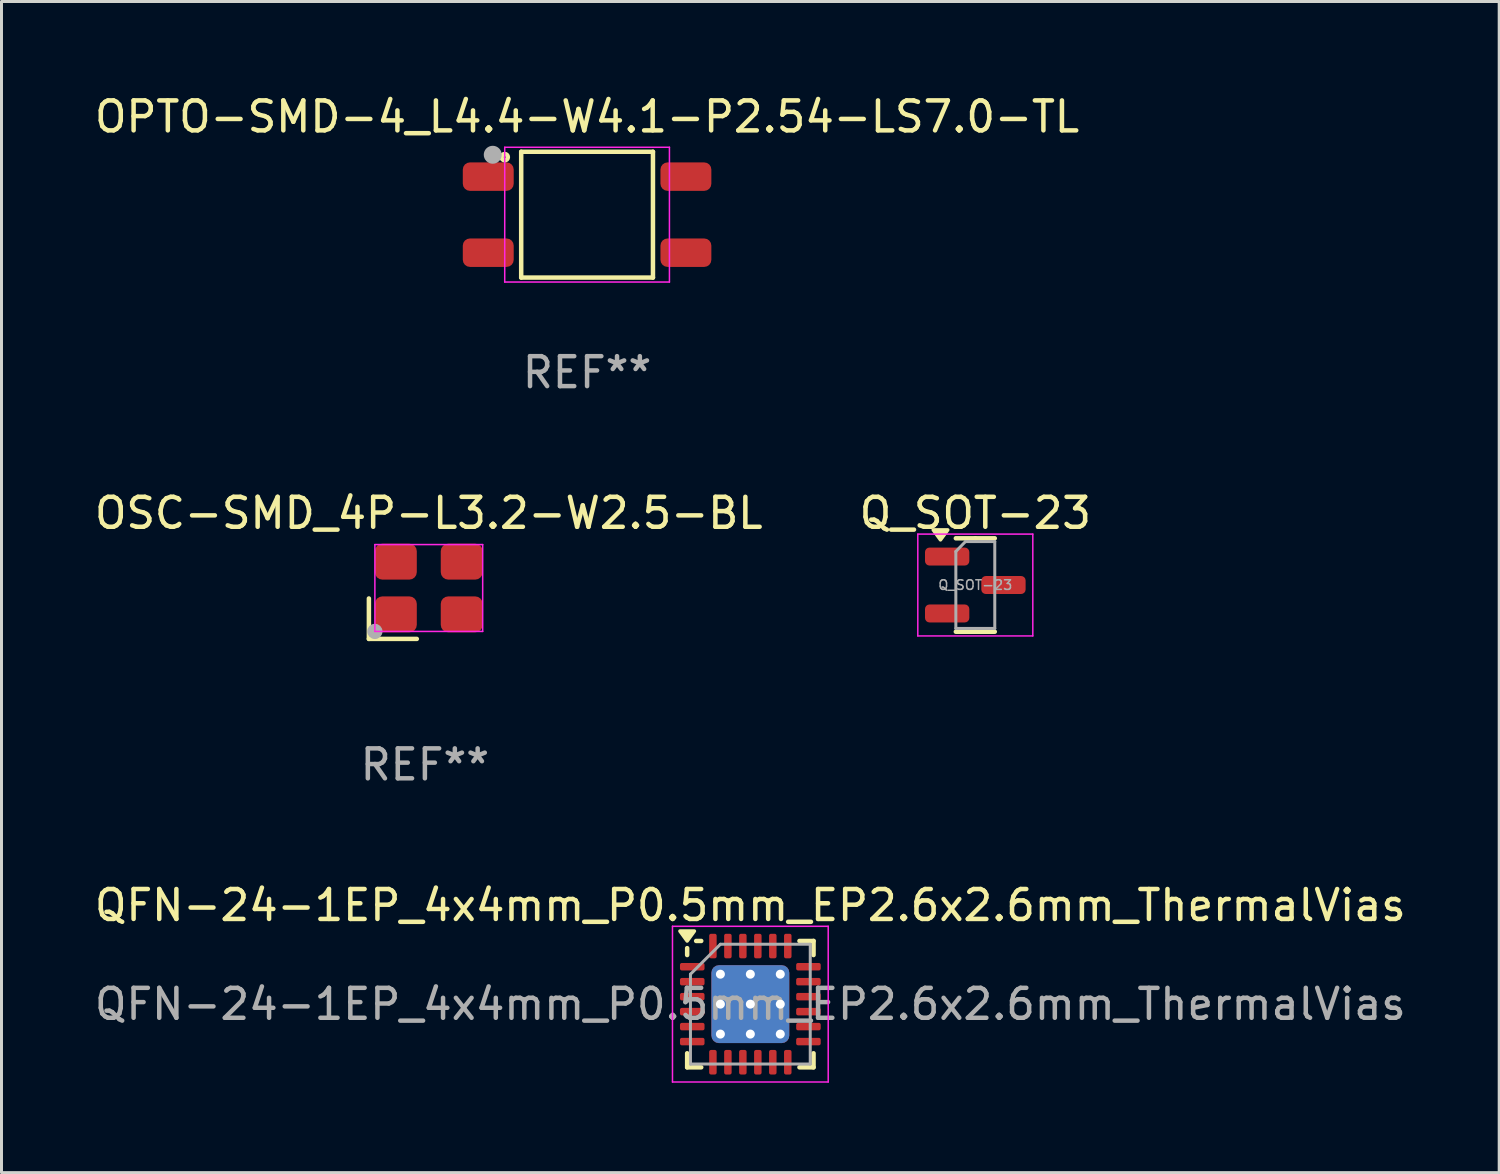
<source format=kicad_pcb>
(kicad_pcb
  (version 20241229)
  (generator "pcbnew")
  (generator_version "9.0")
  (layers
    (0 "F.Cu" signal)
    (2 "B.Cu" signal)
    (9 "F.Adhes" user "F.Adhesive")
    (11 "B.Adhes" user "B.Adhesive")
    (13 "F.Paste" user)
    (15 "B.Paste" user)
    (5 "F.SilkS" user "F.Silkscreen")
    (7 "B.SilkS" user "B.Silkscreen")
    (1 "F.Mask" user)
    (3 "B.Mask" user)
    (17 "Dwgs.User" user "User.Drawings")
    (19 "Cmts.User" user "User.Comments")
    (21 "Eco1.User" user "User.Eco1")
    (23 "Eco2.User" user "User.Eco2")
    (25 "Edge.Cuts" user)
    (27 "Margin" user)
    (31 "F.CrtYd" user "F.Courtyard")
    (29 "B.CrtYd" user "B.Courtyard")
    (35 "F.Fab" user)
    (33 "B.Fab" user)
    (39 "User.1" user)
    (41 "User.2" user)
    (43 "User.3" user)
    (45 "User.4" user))
  (footprint "OSC-SMD_4P-L3.2-W2.5-BL"
    (layer "F.Cu")
    (at 11.268 16.585)
    (property "Reference" "OSC-SMD_4P-L3.2-W2.5-BL" (at 0 -2.5 0) (layer "F.SilkS") (effects (font (size 1 1) (thickness 0.15))))
    (attr smd)
    (fp_line (start -2 0.35) (end -2 1.7) (stroke (width 0.15) (type default)) (layer "F.SilkS"))
    (fp_line (start -2 1.7) (end -0.4 1.7) (stroke (width 0.15) (type default)) (layer "F.SilkS"))
    (fp_line (start -1.8 -1.45) (end 1.8 -1.45) (stroke (width 0.05) (type default)) (layer "F.CrtYd"))
    (fp_line (start -1.8 1.45) (end -1.8 -1.45) (stroke (width 0.05) (type default)) (layer "F.CrtYd"))
    (fp_line (start 1.8 -1.45) (end 1.8 1.45) (stroke (width 0.05) (type default)) (layer "F.CrtYd"))
    (fp_line (start 1.8 1.45) (end -1.8 1.45) (stroke (width 0.05) (type default)) (layer "F.CrtYd"))
    (fp_circle (center -1.8 1.45) (end -1.67 1.45) (stroke (width 0.25) (type solid)) (fill no) (layer "F.Fab"))
    (fp_text user "REF**" (at -0.13 5.9 0) (layer "F.Fab") (effects (font (size 1 1) (thickness 0.15))))
    (pad "1" smd roundrect (at -1.1 0.88) (size 1.4 1.2) (layers "F.Cu" "F.Mask" "F.Paste") (roundrect_rratio 0.208))
    (pad "2" smd roundrect (at 1.1 0.88) (size 1.4 1.2) (layers "F.Cu" "F.Mask" "F.Paste") (roundrect_rratio 0.208))
    (pad "3" smd roundrect (at 1.1 -0.88) (size 1.4 1.2) (layers "F.Cu" "F.Mask" "F.Paste") (roundrect_rratio 0.208))
    (pad "4" smd roundrect (at -1.1 -0.88) (size 1.4 1.2) (layers "F.Cu" "F.Mask" "F.Paste") (roundrect_rratio 0.208))
    (zone (net_name "") (layer "F.Cu") (hatch edge 0.5) (connect_pads) (min_thickness 0.25) (filled_areas_thickness no) (keepout (tracks allowed) (vias allowed) (pads allowed) (copperpour not_allowed) (footprints not_allowed)) (placement (enabled no)) (fill) (polygon (pts (xy 9.268 14.985) (xy 13.268 14.985) (xy 13.268 18.185) (xy 9.268 18.185)))))
  (footprint "Q_SOT-23"
    (layer "F.Cu")
    (at 29.518 16.485)
    (property "Reference" "Q_SOT-23" (at 0 -2.4 0) (layer "F.SilkS") (effects (font (size 1 1) (thickness 0.15))))
    (attr smd)
    (fp_line (start 0 -1.56) (end -0.65 -1.56) (stroke (width 0.15) (type solid)) (layer "F.SilkS"))
    (fp_line (start 0 -1.56) (end 0.65 -1.56) (stroke (width 0.15) (type solid)) (layer "F.SilkS"))
    (fp_line (start 0 1.56) (end -0.65 1.56) (stroke (width 0.15) (type solid)) (layer "F.SilkS"))
    (fp_line (start 0 1.56) (end 0.65 1.56) (stroke (width 0.15) (type solid)) (layer "F.SilkS"))
    (fp_poly (pts (xy -1.163 -1.51) (xy -1.403 -1.84) (xy -0.922 -1.84) (xy -1.163 -1.51)) (stroke (width 0.12) (type solid)) (fill yes) (layer "F.SilkS"))
    (fp_line (start -1.92 -1.7) (end -1.92 1.7) (stroke (width 0.05) (type solid)) (layer "F.CrtYd"))
    (fp_line (start -1.92 1.7) (end 1.92 1.7) (stroke (width 0.05) (type solid)) (layer "F.CrtYd"))
    (fp_line (start 1.92 -1.7) (end -1.92 -1.7) (stroke (width 0.05) (type solid)) (layer "F.CrtYd"))
    (fp_line (start 1.92 1.7) (end 1.92 -1.7) (stroke (width 0.05) (type solid)) (layer "F.CrtYd"))
    (fp_line (start -0.65 -1.12) (end -0.33 -1.45) (stroke (width 0.1) (type solid)) (layer "F.Fab"))
    (fp_line (start -0.65 1.45) (end -0.65 -1.12) (stroke (width 0.1) (type solid)) (layer "F.Fab"))
    (fp_line (start -0.33 -1.45) (end 0.65 -1.45) (stroke (width 0.1) (type solid)) (layer "F.Fab"))
    (fp_line (start 0.65 -1.45) (end 0.65 1.45) (stroke (width 0.1) (type solid)) (layer "F.Fab"))
    (fp_line (start 0.65 1.45) (end -0.65 1.45) (stroke (width 0.1) (type solid)) (layer "F.Fab"))
    (fp_text user "${REFERENCE}" (at 0 0 0) (layer "F.Fab") (effects (font (size 0.32 0.32) (thickness 0.05))))
    (pad "1" smd roundrect (at -0.94 -0.95) (size 1.48 0.6) (layers "F.Cu" "F.Mask" "F.Paste") (roundrect_rratio 0.25))
    (pad "2" smd roundrect (at -0.94 0.95) (size 1.48 0.6) (layers "F.Cu" "F.Mask" "F.Paste") (roundrect_rratio 0.25))
    (pad "3" smd roundrect (at 0.94 0) (size 1.48 0.6) (layers "F.Cu" "F.Mask" "F.Paste") (roundrect_rratio 0.25)))
  (footprint "QFN-24-1EP_4x4mm_P0.5mm_EP2.6x2.6mm_ThermalVias"
    (layer "F.Cu")
    (at 22.006 30.481)
    (property "Reference" "QFN-24-1EP_4x4mm_P0.5mm_EP2.6x2.6mm_ThermalVias" (at 0 -3.3 0) (layer "F.SilkS") (effects (font (size 1 1) (thickness 0.15))))
    (attr smd)
    (fp_line (start -2.11 -1.64) (end -2.11 -1.87) (stroke (width 0.15) (type solid)) (layer "F.SilkS"))
    (fp_line (start -2.11 2.11) (end -2.11 1.64) (stroke (width 0.15) (type solid)) (layer "F.SilkS"))
    (fp_line (start -1.64 -2.11) (end -1.81 -2.11) (stroke (width 0.15) (type solid)) (layer "F.SilkS"))
    (fp_line (start -1.64 2.11) (end -2.11 2.11) (stroke (width 0.15) (type solid)) (layer "F.SilkS"))
    (fp_line (start 1.64 -2.11) (end 2.11 -2.11) (stroke (width 0.15) (type solid)) (layer "F.SilkS"))
    (fp_line (start 1.64 2.11) (end 2.11 2.11) (stroke (width 0.15) (type solid)) (layer "F.SilkS"))
    (fp_line (start 2.11 -2.11) (end 2.11 -1.64) (stroke (width 0.15) (type solid)) (layer "F.SilkS"))
    (fp_line (start 2.11 2.11) (end 2.11 1.64) (stroke (width 0.15) (type solid)) (layer "F.SilkS"))
    (fp_poly (pts (xy -2.11 -2.11) (xy -2.35 -2.44) (xy -1.87 -2.44) (xy -2.11 -2.11)) (stroke (width 0.12) (type solid)) (fill yes) (layer "F.SilkS"))
    (fp_line (start -2.6 -2.6) (end -2.6 2.6) (stroke (width 0.05) (type solid)) (layer "F.CrtYd"))
    (fp_line (start -2.6 2.6) (end 2.6 2.6) (stroke (width 0.05) (type solid)) (layer "F.CrtYd"))
    (fp_line (start 2.6 -2.6) (end -2.6 -2.6) (stroke (width 0.05) (type solid)) (layer "F.CrtYd"))
    (fp_line (start 2.6 2.6) (end 2.6 -2.6) (stroke (width 0.05) (type solid)) (layer "F.CrtYd"))
    (fp_line (start -2 -1) (end -1 -2) (stroke (width 0.1) (type solid)) (layer "F.Fab"))
    (fp_line (start -2 2) (end -2 -1) (stroke (width 0.1) (type solid)) (layer "F.Fab"))
    (fp_line (start -1 -2) (end 2 -2) (stroke (width 0.1) (type solid)) (layer "F.Fab"))
    (fp_line (start 2 -2) (end 2 2) (stroke (width 0.1) (type solid)) (layer "F.Fab"))
    (fp_line (start 2 2) (end -2 2) (stroke (width 0.1) (type solid)) (layer "F.Fab"))
    (fp_text user "${REFERENCE}" (at 0 0 0) (layer "F.Fab") (effects (font (size 1 1) (thickness 0.15))))
    (pad "" smd roundrect (at -0.65 -0.65) (size 1.13 1.13) (layers "F.Paste") (roundrect_rratio 0.221))
    (pad "" smd roundrect (at -0.65 0.65) (size 1.13 1.13) (layers "F.Paste") (roundrect_rratio 0.221))
    (pad "" smd roundrect (at 0.65 -0.65) (size 1.13 1.13) (layers "F.Paste") (roundrect_rratio 0.221))
    (pad "" smd roundrect (at 0.65 0.65) (size 1.13 1.13) (layers "F.Paste") (roundrect_rratio 0.221))
    (pad "1" smd roundrect (at -1.94 -1.25) (size 0.82 0.25) (layers "F.Cu" "F.Mask" "F.Paste") (roundrect_rratio 0.25))
    (pad "2" smd roundrect (at -1.94 -0.75) (size 0.82 0.25) (layers "F.Cu" "F.Mask" "F.Paste") (roundrect_rratio 0.25))
    (pad "3" smd roundrect (at -1.94 -0.25) (size 0.82 0.25) (layers "F.Cu" "F.Mask" "F.Paste") (roundrect_rratio 0.25))
    (pad "4" smd roundrect (at -1.94 0.25) (size 0.82 0.25) (layers "F.Cu" "F.Mask" "F.Paste") (roundrect_rratio 0.25))
    (pad "5" smd roundrect (at -1.94 0.75) (size 0.82 0.25) (layers "F.Cu" "F.Mask" "F.Paste") (roundrect_rratio 0.25))
    (pad "6" smd roundrect (at -1.94 1.25) (size 0.82 0.25) (layers "F.Cu" "F.Mask" "F.Paste") (roundrect_rratio 0.25))
    (pad "7" smd roundrect (at -1.25 1.94) (size 0.25 0.82) (layers "F.Cu" "F.Mask" "F.Paste") (roundrect_rratio 0.25))
    (pad "8" smd roundrect (at -0.75 1.94) (size 0.25 0.82) (layers "F.Cu" "F.Mask" "F.Paste") (roundrect_rratio 0.25))
    (pad "9" smd roundrect (at -0.25 1.94) (size 0.25 0.82) (layers "F.Cu" "F.Mask" "F.Paste") (roundrect_rratio 0.25))
    (pad "10" smd roundrect (at 0.25 1.94) (size 0.25 0.82) (layers "F.Cu" "F.Mask" "F.Paste") (roundrect_rratio 0.25))
    (pad "11" smd roundrect (at 0.75 1.94) (size 0.25 0.82) (layers "F.Cu" "F.Mask" "F.Paste") (roundrect_rratio 0.25))
    (pad "12" smd roundrect (at 1.25 1.94) (size 0.25 0.82) (layers "F.Cu" "F.Mask" "F.Paste") (roundrect_rratio 0.25))
    (pad "13" smd roundrect (at 1.94 1.25) (size 0.82 0.25) (layers "F.Cu" "F.Mask" "F.Paste") (roundrect_rratio 0.25))
    (pad "14" smd roundrect (at 1.94 0.75) (size 0.82 0.25) (layers "F.Cu" "F.Mask" "F.Paste") (roundrect_rratio 0.25))
    (pad "15" smd roundrect (at 1.94 0.25) (size 0.82 0.25) (layers "F.Cu" "F.Mask" "F.Paste") (roundrect_rratio 0.25))
    (pad "16" smd roundrect (at 1.94 -0.25) (size 0.82 0.25) (layers "F.Cu" "F.Mask" "F.Paste") (roundrect_rratio 0.25))
    (pad "17" smd roundrect (at 1.94 -0.75) (size 0.82 0.25) (layers "F.Cu" "F.Mask" "F.Paste") (roundrect_rratio 0.25))
    (pad "18" smd roundrect (at 1.94 -1.25) (size 0.82 0.25) (layers "F.Cu" "F.Mask" "F.Paste") (roundrect_rratio 0.25))
    (pad "19" smd roundrect (at 1.25 -1.94) (size 0.25 0.82) (layers "F.Cu" "F.Mask" "F.Paste") (roundrect_rratio 0.25))
    (pad "20" smd roundrect (at 0.75 -1.94) (size 0.25 0.82) (layers "F.Cu" "F.Mask" "F.Paste") (roundrect_rratio 0.25))
    (pad "21" smd roundrect (at 0.25 -1.94) (size 0.25 0.82) (layers "F.Cu" "F.Mask" "F.Paste") (roundrect_rratio 0.25))
    (pad "22" smd roundrect (at -0.25 -1.94) (size 0.25 0.82) (layers "F.Cu" "F.Mask" "F.Paste") (roundrect_rratio 0.25))
    (pad "23" smd roundrect (at -0.75 -1.94) (size 0.25 0.82) (layers "F.Cu" "F.Mask" "F.Paste") (roundrect_rratio 0.25))
    (pad "24" smd roundrect (at -1.25 -1.94) (size 0.25 0.82) (layers "F.Cu" "F.Mask" "F.Paste") (roundrect_rratio 0.25))
    (pad "25" thru_hole circle (at -1 -1) (size 0.5 0.5) (drill 0.3) (property pad_prop_heatsink) (layers "*.Cu"))
    (pad "25" thru_hole circle (at -1 0) (size 0.5 0.5) (drill 0.3) (property pad_prop_heatsink) (layers "*.Cu"))
    (pad "25" thru_hole circle (at -1 1) (size 0.5 0.5) (drill 0.3) (property pad_prop_heatsink) (layers "*.Cu"))
    (pad "25" thru_hole circle (at 0 -1) (size 0.5 0.5) (drill 0.3) (property pad_prop_heatsink) (layers "*.Cu"))
    (pad "25" thru_hole circle (at 0 0) (size 0.5 0.5) (drill 0.3) (property pad_prop_heatsink) (layers "*.Cu"))
    (pad "25" smd roundrect (at 0 0) (size 2.6 2.6) (property pad_prop_heatsink) (layers "F.Cu" "F.Mask") (roundrect_rratio 0.096))
    (pad "25" smd roundrect (at 0 0) (size 2.6 2.6) (property pad_prop_heatsink) (layers "B.Cu") (roundrect_rratio 0.096))
    (pad "25" thru_hole circle (at 0 1) (size 0.5 0.5) (drill 0.3) (property pad_prop_heatsink) (layers "*.Cu"))
    (pad "25" thru_hole circle (at 1 -1) (size 0.5 0.5) (drill 0.3) (property pad_prop_heatsink) (layers "*.Cu"))
    (pad "25" thru_hole circle (at 1 0) (size 0.5 0.5) (drill 0.3) (property pad_prop_heatsink) (layers "*.Cu"))
    (pad "25" thru_hole circle (at 1 1) (size 0.5 0.5) (drill 0.3) (property pad_prop_heatsink) (layers "*.Cu")))
  (footprint "OPTO-SMD-4_L4.4-W4.1-P2.54-LS7.0-TL"
    (layer "F.Cu")
    (at 16.554 4.118)
    (property "Reference" "OPTO-SMD-4_L4.4-W4.1-P2.54-LS7.0-TL" (at 0 -3.27 0) (layer "F.SilkS") (effects (font (size 1 1) (thickness 0.15))))
    (attr smd)
    (fp_line (start -2.2 -2.1) (end -2.2 2.1) (stroke (width 0.15) (type solid)) (layer "F.SilkS"))
    (fp_line (start -2.2 2.1) (end 2.2 2.1) (stroke (width 0.15) (type solid)) (layer "F.SilkS"))
    (fp_line (start 2.2 -2.1) (end -2.2 -2.1) (stroke (width 0.15) (type solid)) (layer "F.SilkS"))
    (fp_line (start 2.2 2.1) (end 2.2 -2.1) (stroke (width 0.15) (type solid)) (layer "F.SilkS"))
    (fp_circle (center -2.75 -1.92) (end -2.72 -1.92) (stroke (width 0.15) (type solid)) (fill no) (layer "F.SilkS"))
    (fp_line (start -2.75 -2.25) (end -2.75 2.25) (stroke (width 0.05) (type default)) (layer "F.CrtYd"))
    (fp_line (start -2.75 2.25) (end 2.75 2.25) (stroke (width 0.05) (type default)) (layer "F.CrtYd"))
    (fp_line (start 2.75 -2.25) (end -2.75 -2.25) (stroke (width 0.05) (type default)) (layer "F.CrtYd"))
    (fp_line (start 2.75 2.25) (end 2.75 -2.25) (stroke (width 0.05) (type default)) (layer "F.CrtYd"))
    (fp_circle (center -3.15 -2) (end -3 -2) (stroke (width 0.3) (type solid)) (fill no) (layer "F.Fab"))
    (fp_text user "REF**" (at 0 5.27 0) (layer "F.Fab") (effects (font (size 1 1) (thickness 0.15))))
    (pad "1" smd roundrect (at -3.3 -1.27) (size 1.7 0.95) (layers "F.Cu" "F.Mask" "F.Paste") (roundrect_rratio 0.25))
    (pad "2" smd roundrect (at -3.3 1.27) (size 1.7 0.95) (layers "F.Cu" "F.Mask" "F.Paste") (roundrect_rratio 0.25))
    (pad "3" smd roundrect (at 3.3 1.27) (size 1.7 0.95) (layers "F.Cu" "F.Mask" "F.Paste") (roundrect_rratio 0.25))
    (pad "4" smd roundrect (at 3.3 -1.27) (size 1.7 0.95) (layers "F.Cu" "F.Mask" "F.Paste") (roundrect_rratio 0.25)))
  (gr_rect
    (start -3 -3)
    (end 47.012 36.106)
    (stroke (width 0.1) (type default))
    (fill no)
    (layer "Edge.Cuts")))
</source>
